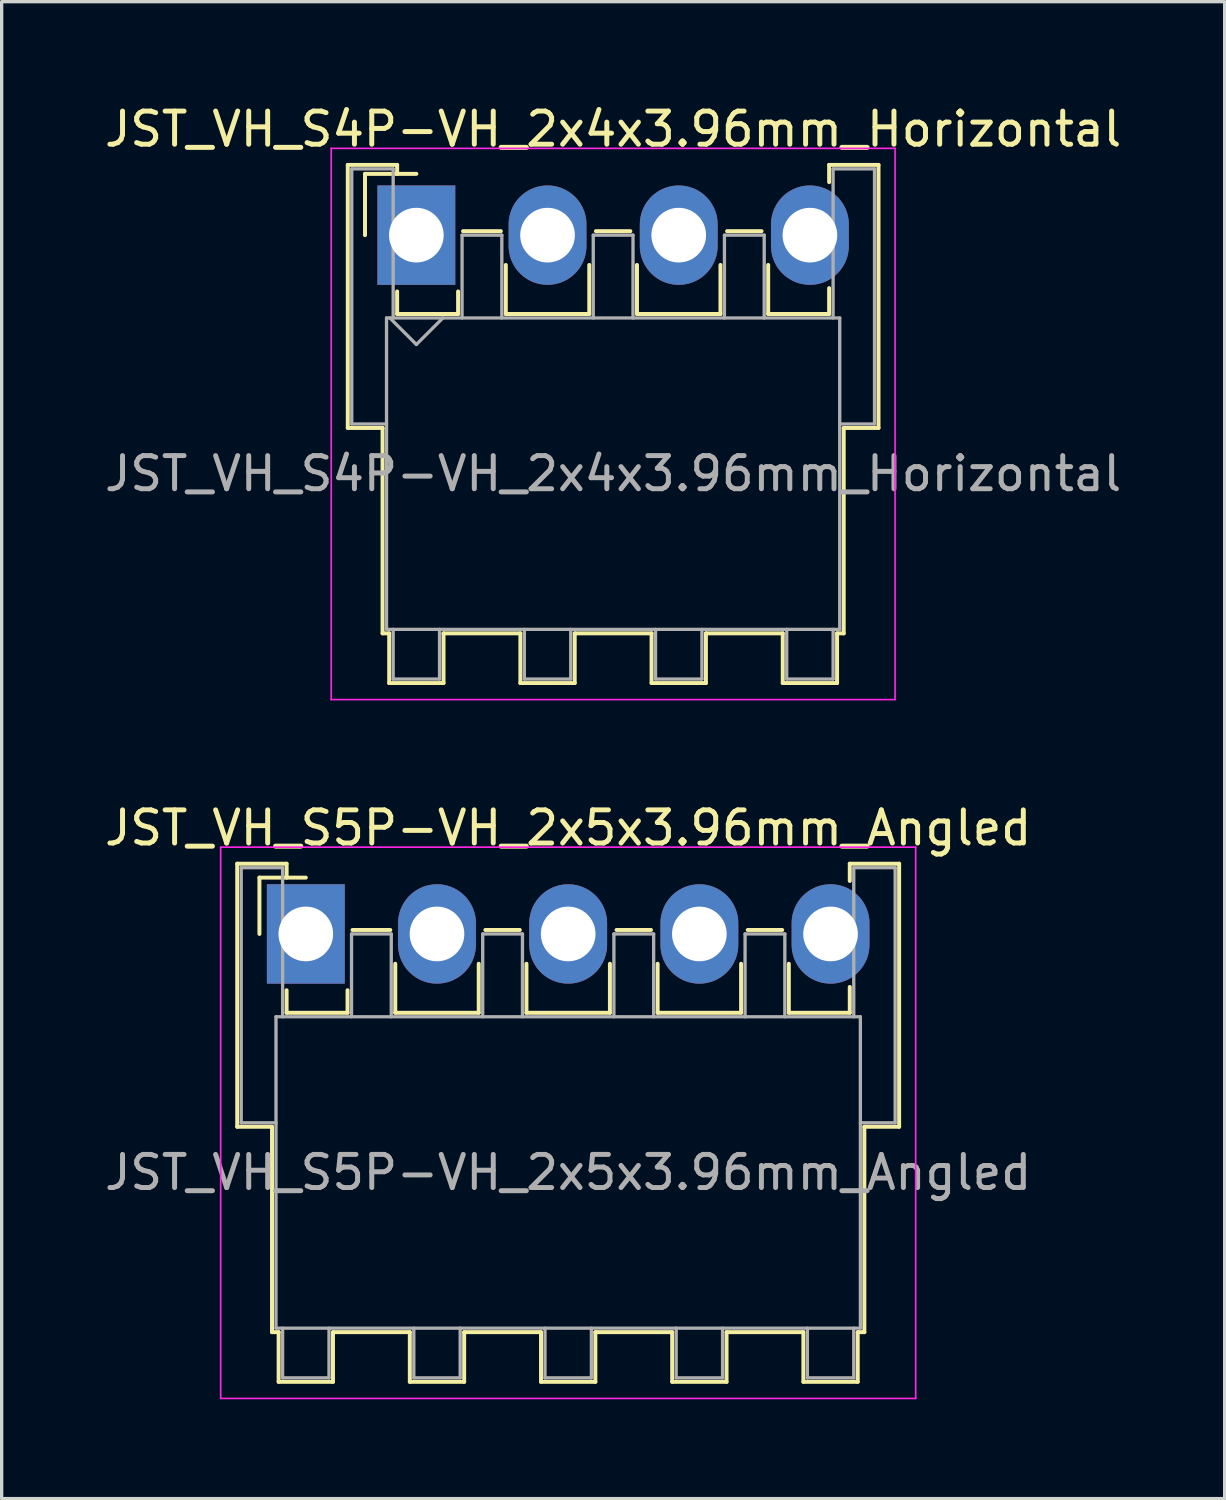
<source format=kicad_pcb>
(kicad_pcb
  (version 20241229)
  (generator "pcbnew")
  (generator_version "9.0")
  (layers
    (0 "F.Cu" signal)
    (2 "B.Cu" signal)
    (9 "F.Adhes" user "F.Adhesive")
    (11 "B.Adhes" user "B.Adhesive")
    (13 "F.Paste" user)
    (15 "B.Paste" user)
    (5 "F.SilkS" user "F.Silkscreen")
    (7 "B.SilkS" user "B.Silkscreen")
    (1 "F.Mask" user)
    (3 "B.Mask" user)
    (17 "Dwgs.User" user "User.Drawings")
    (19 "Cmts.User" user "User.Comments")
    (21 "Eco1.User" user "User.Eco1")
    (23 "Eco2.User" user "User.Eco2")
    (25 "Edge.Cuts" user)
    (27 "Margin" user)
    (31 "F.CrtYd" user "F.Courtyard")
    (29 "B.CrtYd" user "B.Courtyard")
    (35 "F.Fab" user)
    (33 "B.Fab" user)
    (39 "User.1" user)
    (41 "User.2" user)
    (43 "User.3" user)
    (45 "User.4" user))
  (footprint "JST_VH_S5P-VH_2x5x3.96mm_Angled"
    (layer "F.Cu")
    (at 6.181 25.142)
    (property "Reference" "JST_VH_S5P-VH_2x5x3.96mm_Angled" (at 7.92 -3.2 0) (layer "F.SilkS") (effects (font (size 1 1) (thickness 0.15))))
    (attr through_hole)
    (fp_line (start -2.07 -2.12) (end -0.58 -2.12) (stroke (width 0.12) (type solid)) (layer "F.SilkS"))
    (fp_line (start -2.07 5.82) (end -2.07 -2.12) (stroke (width 0.12) (type solid)) (layer "F.SilkS"))
    (fp_line (start -1.4 -1.7) (end -1.4 0) (stroke (width 0.12) (type solid)) (layer "F.SilkS"))
    (fp_line (start -1.02 5.82) (end -2.07 5.82) (stroke (width 0.12) (type solid)) (layer "F.SilkS"))
    (fp_line (start -1.02 5.82) (end -1.02 12.02) (stroke (width 0.12) (type solid)) (layer "F.SilkS"))
    (fp_line (start -1.02 12.02) (end -0.82 12.02) (stroke (width 0.12) (type solid)) (layer "F.SilkS"))
    (fp_line (start -0.82 12.02) (end -0.82 13.52) (stroke (width 0.12) (type solid)) (layer "F.SilkS"))
    (fp_line (start -0.82 13.52) (end 0.82 13.52) (stroke (width 0.12) (type solid)) (layer "F.SilkS"))
    (fp_line (start -0.58 -2.12) (end -0.58 -1.7) (stroke (width 0.12) (type solid)) (layer "F.SilkS"))
    (fp_line (start -0.58 1.7) (end -0.58 2.38) (stroke (width 0.12) (type solid)) (layer "F.SilkS"))
    (fp_line (start -0.58 2.38) (end 1.26 2.38) (stroke (width 0.12) (type solid)) (layer "F.SilkS"))
    (fp_line (start 0 -1.7) (end -1.4 -1.7) (stroke (width 0.12) (type solid)) (layer "F.SilkS"))
    (fp_line (start 0.82 12.02) (end 3.14 12.02) (stroke (width 0.12) (type solid)) (layer "F.SilkS"))
    (fp_line (start 0.82 13.52) (end 0.82 12.02) (stroke (width 0.12) (type solid)) (layer "F.SilkS"))
    (fp_line (start 1.26 2.38) (end 1.26 1.7) (stroke (width 0.12) (type solid)) (layer "F.SilkS"))
    (fp_line (start 1.41 -0.12) (end 2.55 -0.12) (stroke (width 0.12) (type solid)) (layer "F.SilkS"))
    (fp_line (start 2.7 0.9) (end 2.7 2.38) (stroke (width 0.12) (type solid)) (layer "F.SilkS"))
    (fp_line (start 2.7 2.38) (end 5.22 2.38) (stroke (width 0.12) (type solid)) (layer "F.SilkS"))
    (fp_line (start 3.14 12.02) (end 3.14 13.52) (stroke (width 0.12) (type solid)) (layer "F.SilkS"))
    (fp_line (start 3.14 13.52) (end 4.78 13.52) (stroke (width 0.12) (type solid)) (layer "F.SilkS"))
    (fp_line (start 4.78 12.02) (end 7.1 12.02) (stroke (width 0.12) (type solid)) (layer "F.SilkS"))
    (fp_line (start 4.78 13.52) (end 4.78 12.02) (stroke (width 0.12) (type solid)) (layer "F.SilkS"))
    (fp_line (start 5.22 2.38) (end 5.22 0.9) (stroke (width 0.12) (type solid)) (layer "F.SilkS"))
    (fp_line (start 5.42 -0.12) (end 6.46 -0.12) (stroke (width 0.12) (type solid)) (layer "F.SilkS"))
    (fp_line (start 6.66 0.9) (end 6.66 2.38) (stroke (width 0.12) (type solid)) (layer "F.SilkS"))
    (fp_line (start 6.66 2.38) (end 9.18 2.38) (stroke (width 0.12) (type solid)) (layer "F.SilkS"))
    (fp_line (start 7.1 12.02) (end 7.1 13.52) (stroke (width 0.12) (type solid)) (layer "F.SilkS"))
    (fp_line (start 7.1 13.52) (end 8.74 13.52) (stroke (width 0.12) (type solid)) (layer "F.SilkS"))
    (fp_line (start 8.74 12.02) (end 11.06 12.02) (stroke (width 0.12) (type solid)) (layer "F.SilkS"))
    (fp_line (start 8.74 13.52) (end 8.74 12.02) (stroke (width 0.12) (type solid)) (layer "F.SilkS"))
    (fp_line (start 9.18 2.38) (end 9.18 0.9) (stroke (width 0.12) (type solid)) (layer "F.SilkS"))
    (fp_line (start 9.38 -0.12) (end 10.42 -0.12) (stroke (width 0.12) (type solid)) (layer "F.SilkS"))
    (fp_line (start 10.62 0.9) (end 10.62 2.38) (stroke (width 0.12) (type solid)) (layer "F.SilkS"))
    (fp_line (start 10.62 2.38) (end 13.14 2.38) (stroke (width 0.12) (type solid)) (layer "F.SilkS"))
    (fp_line (start 11.06 12.02) (end 11.06 13.52) (stroke (width 0.12) (type solid)) (layer "F.SilkS"))
    (fp_line (start 11.06 13.52) (end 12.7 13.52) (stroke (width 0.12) (type solid)) (layer "F.SilkS"))
    (fp_line (start 12.7 12.02) (end 15.02 12.02) (stroke (width 0.12) (type solid)) (layer "F.SilkS"))
    (fp_line (start 12.7 13.52) (end 12.7 12.02) (stroke (width 0.12) (type solid)) (layer "F.SilkS"))
    (fp_line (start 13.14 2.38) (end 13.14 0.9) (stroke (width 0.12) (type solid)) (layer "F.SilkS"))
    (fp_line (start 13.34 -0.12) (end 14.38 -0.12) (stroke (width 0.12) (type solid)) (layer "F.SilkS"))
    (fp_line (start 14.58 0.9) (end 14.58 2.38) (stroke (width 0.12) (type solid)) (layer "F.SilkS"))
    (fp_line (start 14.58 2.38) (end 16.42 2.38) (stroke (width 0.12) (type solid)) (layer "F.SilkS"))
    (fp_line (start 15.02 12.02) (end 15.02 13.52) (stroke (width 0.12) (type solid)) (layer "F.SilkS"))
    (fp_line (start 15.02 13.52) (end 16.66 13.52) (stroke (width 0.12) (type solid)) (layer "F.SilkS"))
    (fp_line (start 16.42 -2.12) (end 17.91 -2.12) (stroke (width 0.12) (type solid)) (layer "F.SilkS"))
    (fp_line (start 16.42 -1.6) (end 16.42 -2.12) (stroke (width 0.12) (type solid)) (layer "F.SilkS"))
    (fp_line (start 16.42 2.38) (end 16.42 1.6) (stroke (width 0.12) (type solid)) (layer "F.SilkS"))
    (fp_line (start 16.66 12.02) (end 16.86 12.02) (stroke (width 0.12) (type solid)) (layer "F.SilkS"))
    (fp_line (start 16.66 13.52) (end 16.66 12.02) (stroke (width 0.12) (type solid)) (layer "F.SilkS"))
    (fp_line (start 16.86 12.02) (end 16.86 5.82) (stroke (width 0.12) (type solid)) (layer "F.SilkS"))
    (fp_line (start 17.91 -2.12) (end 17.91 5.82) (stroke (width 0.12) (type solid)) (layer "F.SilkS"))
    (fp_line (start 17.91 5.82) (end 16.86 5.82) (stroke (width 0.12) (type solid)) (layer "F.SilkS"))
    (fp_line (start -2.57 -2.62) (end -2.57 14.02) (stroke (width 0.05) (type solid)) (layer "F.CrtYd"))
    (fp_line (start -2.57 14.02) (end 18.41 14.02) (stroke (width 0.05) (type solid)) (layer "F.CrtYd"))
    (fp_line (start 18.41 -2.62) (end -2.57 -2.62) (stroke (width 0.05) (type solid)) (layer "F.CrtYd"))
    (fp_line (start 18.41 14.02) (end 18.41 -2.62) (stroke (width 0.05) (type solid)) (layer "F.CrtYd"))
    (fp_line (start -1.95 -2) (end -0.7 -2) (stroke (width 0.1) (type solid)) (layer "F.Fab"))
    (fp_line (start -1.95 5.7) (end -1.95 -2) (stroke (width 0.1) (type solid)) (layer "F.Fab"))
    (fp_line (start -0.9 2.5) (end -0.9 11.9) (stroke (width 0.1) (type solid)) (layer "F.Fab"))
    (fp_line (start -0.9 5.7) (end -1.95 5.7) (stroke (width 0.1) (type solid)) (layer "F.Fab"))
    (fp_line (start -0.9 11.9) (end 16.74 11.9) (stroke (width 0.1) (type solid)) (layer "F.Fab"))
    (fp_line (start -0.7 -2) (end -0.7 2.5) (stroke (width 0.1) (type solid)) (layer "F.Fab"))
    (fp_line (start -0.7 11.9) (end -0.7 13.4) (stroke (width 0.1) (type solid)) (layer "F.Fab"))
    (fp_line (start -0.7 13.4) (end 0.7 13.4) (stroke (width 0.1) (type solid)) (layer "F.Fab"))
    (fp_line (start 0.7 13.4) (end 0.7 11.9) (stroke (width 0.1) (type solid)) (layer "F.Fab"))
    (fp_line (start 1.38 0) (end 2.58 0) (stroke (width 0.1) (type solid)) (layer "F.Fab"))
    (fp_line (start 1.38 2.5) (end 1.38 0) (stroke (width 0.1) (type solid)) (layer "F.Fab"))
    (fp_line (start 2.58 0) (end 2.58 2.5) (stroke (width 0.1) (type solid)) (layer "F.Fab"))
    (fp_line (start 3.26 11.9) (end 3.26 13.4) (stroke (width 0.1) (type solid)) (layer "F.Fab"))
    (fp_line (start 3.26 13.4) (end 4.66 13.4) (stroke (width 0.1) (type solid)) (layer "F.Fab"))
    (fp_line (start 4.66 13.4) (end 4.66 11.9) (stroke (width 0.1) (type solid)) (layer "F.Fab"))
    (fp_line (start 5.34 0) (end 6.54 0) (stroke (width 0.1) (type solid)) (layer "F.Fab"))
    (fp_line (start 5.34 2.5) (end 5.34 0) (stroke (width 0.1) (type solid)) (layer "F.Fab"))
    (fp_line (start 6.54 0) (end 6.54 2.5) (stroke (width 0.1) (type solid)) (layer "F.Fab"))
    (fp_line (start 7.22 11.9) (end 7.22 13.4) (stroke (width 0.1) (type solid)) (layer "F.Fab"))
    (fp_line (start 7.22 13.4) (end 8.62 13.4) (stroke (width 0.1) (type solid)) (layer "F.Fab"))
    (fp_line (start 8.62 13.4) (end 8.62 11.9) (stroke (width 0.1) (type solid)) (layer "F.Fab"))
    (fp_line (start 9.3 0) (end 10.5 0) (stroke (width 0.1) (type solid)) (layer "F.Fab"))
    (fp_line (start 9.3 2.5) (end 9.3 0) (stroke (width 0.1) (type solid)) (layer "F.Fab"))
    (fp_line (start 10.5 0) (end 10.5 2.5) (stroke (width 0.1) (type solid)) (layer "F.Fab"))
    (fp_line (start 11.18 11.9) (end 11.18 13.4) (stroke (width 0.1) (type solid)) (layer "F.Fab"))
    (fp_line (start 11.18 13.4) (end 12.58 13.4) (stroke (width 0.1) (type solid)) (layer "F.Fab"))
    (fp_line (start 12.58 13.4) (end 12.58 11.9) (stroke (width 0.1) (type solid)) (layer "F.Fab"))
    (fp_line (start 13.26 0) (end 14.46 0) (stroke (width 0.1) (type solid)) (layer "F.Fab"))
    (fp_line (start 13.26 2.5) (end 13.26 0) (stroke (width 0.1) (type solid)) (layer "F.Fab"))
    (fp_line (start 14.46 0) (end 14.46 2.5) (stroke (width 0.1) (type solid)) (layer "F.Fab"))
    (fp_line (start 15.14 11.9) (end 15.14 13.4) (stroke (width 0.1) (type solid)) (layer "F.Fab"))
    (fp_line (start 15.14 13.4) (end 16.54 13.4) (stroke (width 0.1) (type solid)) (layer "F.Fab"))
    (fp_line (start 16.54 -2) (end 17.79 -2) (stroke (width 0.1) (type solid)) (layer "F.Fab"))
    (fp_line (start 16.54 2.5) (end 16.54 -2) (stroke (width 0.1) (type solid)) (layer "F.Fab"))
    (fp_line (start 16.54 13.4) (end 16.54 11.9) (stroke (width 0.1) (type solid)) (layer "F.Fab"))
    (fp_line (start 16.74 2.5) (end -0.9 2.5) (stroke (width 0.1) (type solid)) (layer "F.Fab"))
    (fp_line (start 16.74 11.9) (end 16.74 2.5) (stroke (width 0.1) (type solid)) (layer "F.Fab"))
    (fp_line (start 17.79 -2) (end 17.79 5.7) (stroke (width 0.1) (type solid)) (layer "F.Fab"))
    (fp_line (start 17.79 5.7) (end 16.74 5.7) (stroke (width 0.1) (type solid)) (layer "F.Fab"))
    (fp_text user "${REFERENCE}" (at 7.92 7.2 0) (layer "F.Fab") (effects (font (size 1 1) (thickness 0.15))))
    (pad "1" thru_hole rect (at 0 0) (size 2.35 3) (drill 1.65) (layers "*.Cu" "*.Mask"))
    (pad "2" thru_hole oval (at 3.96 0) (size 2.35 3) (drill 1.65) (layers "*.Cu" "*.Mask"))
    (pad "3" thru_hole oval (at 7.92 0) (size 2.35 3) (drill 1.65) (layers "*.Cu" "*.Mask"))
    (pad "4" thru_hole oval (at 11.88 0) (size 2.35 3) (drill 1.65) (layers "*.Cu" "*.Mask"))
    (pad "5" thru_hole oval (at 15.84 0) (size 2.35 3) (drill 1.65) (layers "*.Cu" "*.Mask")))
  (footprint "JST_VH_S4P-VH_2x4x3.96mm_Horizontal"
    (layer "F.Cu")
    (at 9.518 4.048)
    (property "Reference" "JST_VH_S4P-VH_2x4x3.96mm_Horizontal" (at 5.94 -3.2 0) (layer "F.SilkS") (effects (font (size 1 1) (thickness 0.15))))
    (attr through_hole)
    (fp_line (start -2.07 -2.12) (end -0.58 -2.12) (stroke (width 0.12) (type solid)) (layer "F.SilkS"))
    (fp_line (start -2.07 5.82) (end -2.07 -2.12) (stroke (width 0.12) (type solid)) (layer "F.SilkS"))
    (fp_line (start -1.55 -1.85) (end -1.55 0) (stroke (width 0.12) (type solid)) (layer "F.SilkS"))
    (fp_line (start -1.02 5.82) (end -2.07 5.82) (stroke (width 0.12) (type solid)) (layer "F.SilkS"))
    (fp_line (start -1.02 5.82) (end -1.02 12.02) (stroke (width 0.12) (type solid)) (layer "F.SilkS"))
    (fp_line (start -1.02 12.02) (end -0.82 12.02) (stroke (width 0.12) (type solid)) (layer "F.SilkS"))
    (fp_line (start -0.82 12.02) (end -0.82 13.52) (stroke (width 0.12) (type solid)) (layer "F.SilkS"))
    (fp_line (start -0.82 13.52) (end 0.82 13.52) (stroke (width 0.12) (type solid)) (layer "F.SilkS"))
    (fp_line (start -0.58 -2.12) (end -0.58 -1.85) (stroke (width 0.12) (type solid)) (layer "F.SilkS"))
    (fp_line (start -0.58 1.7) (end -0.58 2.38) (stroke (width 0.12) (type solid)) (layer "F.SilkS"))
    (fp_line (start -0.58 2.38) (end 1.26 2.38) (stroke (width 0.12) (type solid)) (layer "F.SilkS"))
    (fp_line (start 0 -1.85) (end -1.55 -1.85) (stroke (width 0.12) (type solid)) (layer "F.SilkS"))
    (fp_line (start 0.82 12.02) (end 3.14 12.02) (stroke (width 0.12) (type solid)) (layer "F.SilkS"))
    (fp_line (start 0.82 13.52) (end 0.82 12.02) (stroke (width 0.12) (type solid)) (layer "F.SilkS"))
    (fp_line (start 1.26 2.38) (end 1.26 1.7) (stroke (width 0.12) (type solid)) (layer "F.SilkS"))
    (fp_line (start 1.41 -0.12) (end 2.55 -0.12) (stroke (width 0.12) (type solid)) (layer "F.SilkS"))
    (fp_line (start 2.7 0.9) (end 2.7 2.38) (stroke (width 0.12) (type solid)) (layer "F.SilkS"))
    (fp_line (start 2.7 2.38) (end 5.22 2.38) (stroke (width 0.12) (type solid)) (layer "F.SilkS"))
    (fp_line (start 3.14 12.02) (end 3.14 13.52) (stroke (width 0.12) (type solid)) (layer "F.SilkS"))
    (fp_line (start 3.14 13.52) (end 4.78 13.52) (stroke (width 0.12) (type solid)) (layer "F.SilkS"))
    (fp_line (start 4.78 12.02) (end 7.1 12.02) (stroke (width 0.12) (type solid)) (layer "F.SilkS"))
    (fp_line (start 4.78 13.52) (end 4.78 12.02) (stroke (width 0.12) (type solid)) (layer "F.SilkS"))
    (fp_line (start 5.22 2.38) (end 5.22 0.9) (stroke (width 0.12) (type solid)) (layer "F.SilkS"))
    (fp_line (start 5.42 -0.12) (end 6.46 -0.12) (stroke (width 0.12) (type solid)) (layer "F.SilkS"))
    (fp_line (start 6.66 0.9) (end 6.66 2.38) (stroke (width 0.12) (type solid)) (layer "F.SilkS"))
    (fp_line (start 6.66 2.38) (end 9.18 2.38) (stroke (width 0.12) (type solid)) (layer "F.SilkS"))
    (fp_line (start 7.1 12.02) (end 7.1 13.52) (stroke (width 0.12) (type solid)) (layer "F.SilkS"))
    (fp_line (start 7.1 13.52) (end 8.74 13.52) (stroke (width 0.12) (type solid)) (layer "F.SilkS"))
    (fp_line (start 8.74 12.02) (end 11.06 12.02) (stroke (width 0.12) (type solid)) (layer "F.SilkS"))
    (fp_line (start 8.74 13.52) (end 8.74 12.02) (stroke (width 0.12) (type solid)) (layer "F.SilkS"))
    (fp_line (start 9.18 2.38) (end 9.18 0.9) (stroke (width 0.12) (type solid)) (layer "F.SilkS"))
    (fp_line (start 9.38 -0.12) (end 10.42 -0.12) (stroke (width 0.12) (type solid)) (layer "F.SilkS"))
    (fp_line (start 10.62 0.9) (end 10.62 2.38) (stroke (width 0.12) (type solid)) (layer "F.SilkS"))
    (fp_line (start 10.62 2.38) (end 12.46 2.38) (stroke (width 0.12) (type solid)) (layer "F.SilkS"))
    (fp_line (start 11.06 12.02) (end 11.06 13.52) (stroke (width 0.12) (type solid)) (layer "F.SilkS"))
    (fp_line (start 11.06 13.52) (end 12.7 13.52) (stroke (width 0.12) (type solid)) (layer "F.SilkS"))
    (fp_line (start 12.46 -2.12) (end 13.95 -2.12) (stroke (width 0.12) (type solid)) (layer "F.SilkS"))
    (fp_line (start 12.46 -1.6) (end 12.46 -2.12) (stroke (width 0.12) (type solid)) (layer "F.SilkS"))
    (fp_line (start 12.46 2.38) (end 12.46 1.6) (stroke (width 0.12) (type solid)) (layer "F.SilkS"))
    (fp_line (start 12.7 12.02) (end 12.9 12.02) (stroke (width 0.12) (type solid)) (layer "F.SilkS"))
    (fp_line (start 12.7 13.52) (end 12.7 12.02) (stroke (width 0.12) (type solid)) (layer "F.SilkS"))
    (fp_line (start 12.9 12.02) (end 12.9 5.82) (stroke (width 0.12) (type solid)) (layer "F.SilkS"))
    (fp_line (start 13.95 -2.12) (end 13.95 5.82) (stroke (width 0.12) (type solid)) (layer "F.SilkS"))
    (fp_line (start 13.95 5.82) (end 12.9 5.82) (stroke (width 0.12) (type solid)) (layer "F.SilkS"))
    (fp_line (start -2.57 -2.62) (end -2.57 14.02) (stroke (width 0.05) (type solid)) (layer "F.CrtYd"))
    (fp_line (start -2.57 14.02) (end 14.45 14.02) (stroke (width 0.05) (type solid)) (layer "F.CrtYd"))
    (fp_line (start 14.45 -2.62) (end -2.57 -2.62) (stroke (width 0.05) (type solid)) (layer "F.CrtYd"))
    (fp_line (start 14.45 14.02) (end 14.45 -2.62) (stroke (width 0.05) (type solid)) (layer "F.CrtYd"))
    (fp_line (start -1.95 -2) (end -0.7 -2) (stroke (width 0.1) (type solid)) (layer "F.Fab"))
    (fp_line (start -1.95 5.7) (end -1.95 -2) (stroke (width 0.1) (type solid)) (layer "F.Fab"))
    (fp_line (start -0.9 2.5) (end -0.9 11.9) (stroke (width 0.1) (type solid)) (layer "F.Fab"))
    (fp_line (start -0.9 5.7) (end -1.95 5.7) (stroke (width 0.1) (type solid)) (layer "F.Fab"))
    (fp_line (start -0.9 11.9) (end 12.78 11.9) (stroke (width 0.1) (type solid)) (layer "F.Fab"))
    (fp_line (start -0.8 2.5) (end 0 3.3) (stroke (width 0.1) (type solid)) (layer "F.Fab"))
    (fp_line (start -0.7 -2) (end -0.7 2.5) (stroke (width 0.1) (type solid)) (layer "F.Fab"))
    (fp_line (start -0.7 11.9) (end -0.7 13.4) (stroke (width 0.1) (type solid)) (layer "F.Fab"))
    (fp_line (start -0.7 13.4) (end 0.7 13.4) (stroke (width 0.1) (type solid)) (layer "F.Fab"))
    (fp_line (start 0 3.3) (end 0.8 2.5) (stroke (width 0.1) (type solid)) (layer "F.Fab"))
    (fp_line (start 0.7 13.4) (end 0.7 11.9) (stroke (width 0.1) (type solid)) (layer "F.Fab"))
    (fp_line (start 1.38 0) (end 2.58 0) (stroke (width 0.1) (type solid)) (layer "F.Fab"))
    (fp_line (start 1.38 2.5) (end 1.38 0) (stroke (width 0.1) (type solid)) (layer "F.Fab"))
    (fp_line (start 2.58 0) (end 2.58 2.5) (stroke (width 0.1) (type solid)) (layer "F.Fab"))
    (fp_line (start 3.26 11.9) (end 3.26 13.4) (stroke (width 0.1) (type solid)) (layer "F.Fab"))
    (fp_line (start 3.26 13.4) (end 4.66 13.4) (stroke (width 0.1) (type solid)) (layer "F.Fab"))
    (fp_line (start 4.66 13.4) (end 4.66 11.9) (stroke (width 0.1) (type solid)) (layer "F.Fab"))
    (fp_line (start 5.34 0) (end 6.54 0) (stroke (width 0.1) (type solid)) (layer "F.Fab"))
    (fp_line (start 5.34 2.5) (end 5.34 0) (stroke (width 0.1) (type solid)) (layer "F.Fab"))
    (fp_line (start 6.54 0) (end 6.54 2.5) (stroke (width 0.1) (type solid)) (layer "F.Fab"))
    (fp_line (start 7.22 11.9) (end 7.22 13.4) (stroke (width 0.1) (type solid)) (layer "F.Fab"))
    (fp_line (start 7.22 13.4) (end 8.62 13.4) (stroke (width 0.1) (type solid)) (layer "F.Fab"))
    (fp_line (start 8.62 13.4) (end 8.62 11.9) (stroke (width 0.1) (type solid)) (layer "F.Fab"))
    (fp_line (start 9.3 0) (end 10.5 0) (stroke (width 0.1) (type solid)) (layer "F.Fab"))
    (fp_line (start 9.3 2.5) (end 9.3 0) (stroke (width 0.1) (type solid)) (layer "F.Fab"))
    (fp_line (start 10.5 0) (end 10.5 2.5) (stroke (width 0.1) (type solid)) (layer "F.Fab"))
    (fp_line (start 11.18 11.9) (end 11.18 13.4) (stroke (width 0.1) (type solid)) (layer "F.Fab"))
    (fp_line (start 11.18 13.4) (end 12.58 13.4) (stroke (width 0.1) (type solid)) (layer "F.Fab"))
    (fp_line (start 12.58 -2) (end 13.83 -2) (stroke (width 0.1) (type solid)) (layer "F.Fab"))
    (fp_line (start 12.58 2.5) (end 12.58 -2) (stroke (width 0.1) (type solid)) (layer "F.Fab"))
    (fp_line (start 12.58 13.4) (end 12.58 11.9) (stroke (width 0.1) (type solid)) (layer "F.Fab"))
    (fp_line (start 12.78 2.5) (end -0.9 2.5) (stroke (width 0.1) (type solid)) (layer "F.Fab"))
    (fp_line (start 12.78 11.9) (end 12.78 2.5) (stroke (width 0.1) (type solid)) (layer "F.Fab"))
    (fp_line (start 13.83 -2) (end 13.83 5.7) (stroke (width 0.1) (type solid)) (layer "F.Fab"))
    (fp_line (start 13.83 5.7) (end 12.78 5.7) (stroke (width 0.1) (type solid)) (layer "F.Fab"))
    (fp_text user "${REFERENCE}" (at 5.94 7.2 0) (layer "F.Fab") (effects (font (size 1 1) (thickness 0.15))))
    (pad "1" thru_hole rect (at 0 0) (size 2.35 3) (drill 1.65) (layers "*.Cu" "*.Mask"))
    (pad "2" thru_hole oval (at 3.96 0) (size 2.35 3) (drill 1.65) (layers "*.Cu" "*.Mask"))
    (pad "3" thru_hole oval (at 7.92 0) (size 2.35 3) (drill 1.65) (layers "*.Cu" "*.Mask"))
    (pad "4" thru_hole oval (at 11.88 0) (size 2.35 3) (drill 1.65) (layers "*.Cu" "*.Mask")))
  (gr_rect
    (start -3 -3)
    (end 33.917 42.187)
    (stroke (width 0.1) (type default))
    (fill no)
    (layer "Edge.Cuts")))
</source>
